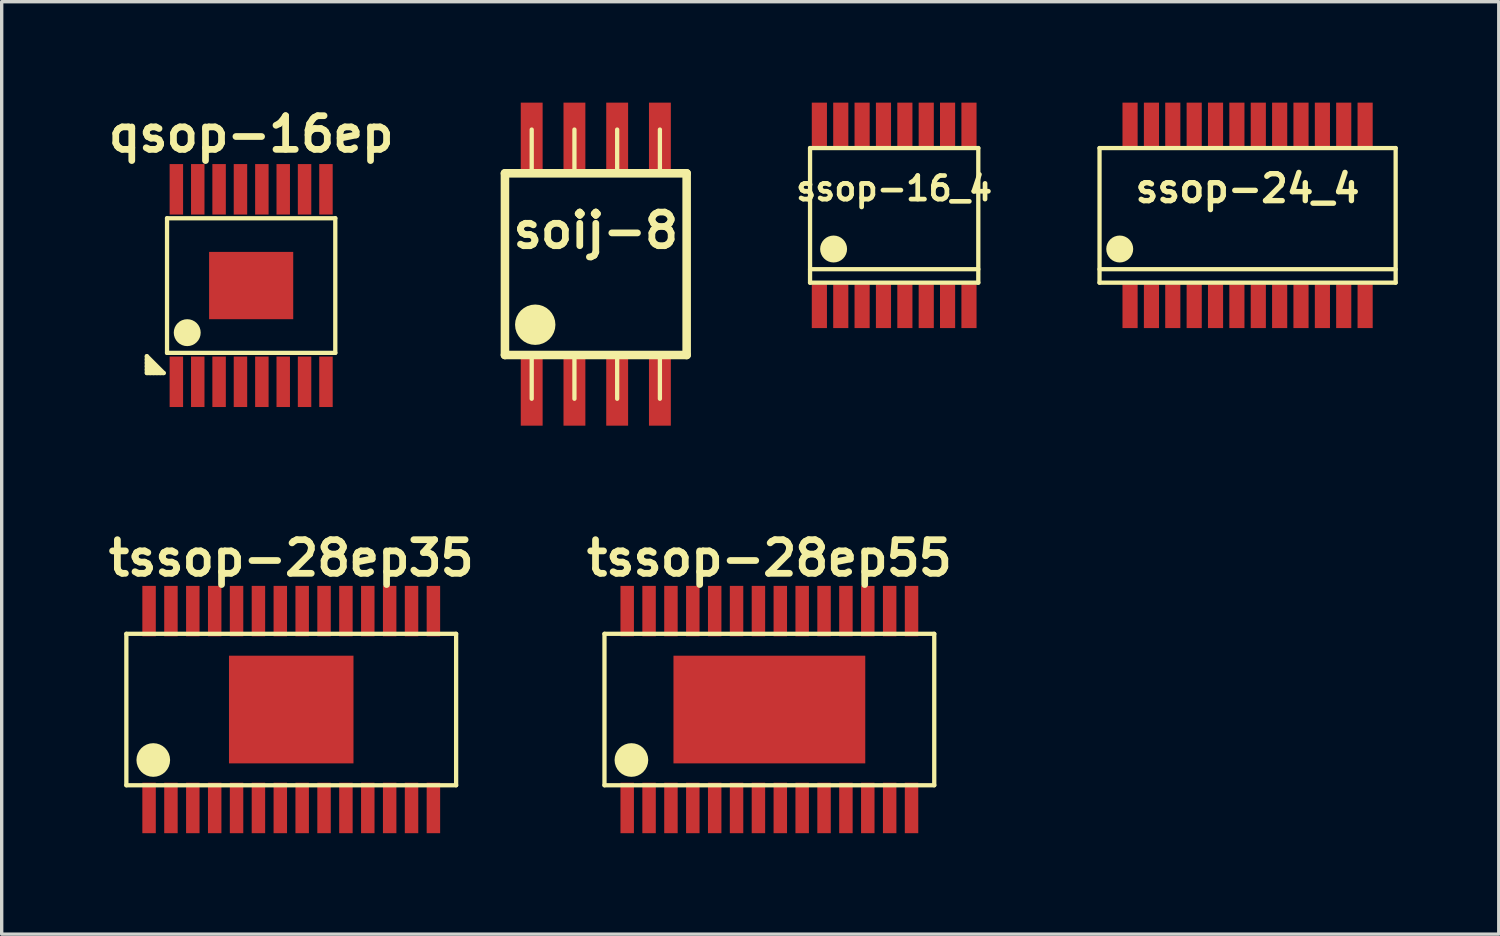
<source format=kicad_pcb>
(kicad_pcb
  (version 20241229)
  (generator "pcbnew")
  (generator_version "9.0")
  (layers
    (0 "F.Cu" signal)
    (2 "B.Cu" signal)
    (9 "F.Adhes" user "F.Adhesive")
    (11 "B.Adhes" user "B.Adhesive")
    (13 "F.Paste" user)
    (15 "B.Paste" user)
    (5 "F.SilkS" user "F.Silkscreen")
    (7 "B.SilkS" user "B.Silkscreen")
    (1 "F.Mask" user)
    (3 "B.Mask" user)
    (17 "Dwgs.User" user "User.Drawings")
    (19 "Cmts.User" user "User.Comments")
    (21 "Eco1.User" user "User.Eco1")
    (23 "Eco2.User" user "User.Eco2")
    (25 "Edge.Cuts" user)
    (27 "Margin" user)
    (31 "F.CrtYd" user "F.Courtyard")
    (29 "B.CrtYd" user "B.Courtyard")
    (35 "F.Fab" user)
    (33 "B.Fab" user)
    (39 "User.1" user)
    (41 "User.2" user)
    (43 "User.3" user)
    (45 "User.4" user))
  (footprint "qsop-16ep"
    (layer "F.Cu")
    (at 4.414 5.436)
    (property "Reference" "qsop-16ep" (at 0 -4.5 0) (layer "F.SilkS") (effects (font (size 1 1) (thickness 0.2))))
    (attr smd)
    (fp_line (start -3.1 2.1) (end -2.6 2.6) (stroke (width 0.127) (type solid)) (layer "F.SilkS"))
    (fp_line (start -3.1 2.3) (end -2.8 2.6) (stroke (width 0.127) (type solid)) (layer "F.SilkS"))
    (fp_line (start -3.1 2.6) (end -3.1 2.1) (stroke (width 0.127) (type solid)) (layer "F.SilkS"))
    (fp_line (start -3.1 2.6) (end -2.6 2.6) (stroke (width 0.127) (type solid)) (layer "F.SilkS"))
    (fp_line (start -3 2.6) (end -3.1 2.5) (stroke (width 0.127) (type solid)) (layer "F.SilkS"))
    (fp_line (start -2.9 2.6) (end -3.1 2.4) (stroke (width 0.127) (type solid)) (layer "F.SilkS"))
    (fp_line (start -2.7 2.6) (end -3.1 2.2) (stroke (width 0.127) (type solid)) (layer "F.SilkS"))
    (fp_line (start -2.5 -2) (end 2.5 -2) (stroke (width 0.127) (type solid)) (layer "F.SilkS"))
    (fp_line (start -2.5 2) (end -2.5 -2) (stroke (width 0.127) (type solid)) (layer "F.SilkS"))
    (fp_line (start 2.5 -2) (end 2.5 2) (stroke (width 0.127) (type solid)) (layer "F.SilkS"))
    (fp_line (start 2.5 2) (end -2.5 2) (stroke (width 0.127) (type solid)) (layer "F.SilkS"))
    (fp_circle (center -1.9 1.4) (end -1.7 1.4) (stroke (width 0.4) (type solid)) (fill no) (layer "F.SilkS"))
    (pad "" smd rect (at -0.6 -0.5) (size 1.1 0.9) (layers "F.Paste"))
    (pad "" smd rect (at -0.6 0.5) (size 1.1 0.9) (layers "F.Paste"))
    (pad "" smd rect (at 0.6 -0.5) (size 1.1 0.9) (layers "F.Paste"))
    (pad "" smd rect (at 0.6 0.5) (size 1.1 0.9) (layers "F.Paste"))
    (pad "1" smd rect (at -2.223 2.86) (size 0.4 1.5) (layers "F.Cu" "F.Mask" "F.Paste"))
    (pad "2" smd rect (at -1.587 2.86) (size 0.4 1.5) (layers "F.Cu" "F.Mask" "F.Paste"))
    (pad "3" smd rect (at -0.953 2.86) (size 0.4 1.5) (layers "F.Cu" "F.Mask" "F.Paste"))
    (pad "4" smd rect (at -0.318 2.86) (size 0.4 1.5) (layers "F.Cu" "F.Mask" "F.Paste"))
    (pad "5" smd rect (at 0.318 2.86) (size 0.4 1.5) (layers "F.Cu" "F.Mask" "F.Paste"))
    (pad "6" smd rect (at 0.953 2.86) (size 0.4 1.5) (layers "F.Cu" "F.Mask" "F.Paste"))
    (pad "7" smd rect (at 1.587 2.86) (size 0.4 1.5) (layers "F.Cu" "F.Mask" "F.Paste"))
    (pad "8" smd rect (at 2.223 2.86) (size 0.4 1.5) (layers "F.Cu" "F.Mask" "F.Paste"))
    (pad "9" smd rect (at 2.223 -2.86) (size 0.4 1.5) (layers "F.Cu" "F.Mask" "F.Paste"))
    (pad "10" smd rect (at 1.587 -2.86) (size 0.4 1.5) (layers "F.Cu" "F.Mask" "F.Paste"))
    (pad "11" smd rect (at 0.953 -2.86) (size 0.4 1.5) (layers "F.Cu" "F.Mask" "F.Paste"))
    (pad "12" smd rect (at 0.318 -2.86) (size 0.4 1.5) (layers "F.Cu" "F.Mask" "F.Paste"))
    (pad "13" smd rect (at -0.318 -2.86) (size 0.4 1.5) (layers "F.Cu" "F.Mask" "F.Paste"))
    (pad "14" smd rect (at -0.953 -2.86) (size 0.4 1.5) (layers "F.Cu" "F.Mask" "F.Paste"))
    (pad "15" smd rect (at -1.587 -2.86) (size 0.4 1.5) (layers "F.Cu" "F.Mask" "F.Paste"))
    (pad "16" smd rect (at -2.223 -2.86) (size 0.4 1.5) (layers "F.Cu" "F.Mask" "F.Paste"))
    (pad "17" smd rect (at 0 0) (size 2.5 2) (layers "F.Cu" "F.Mask")))
  (footprint "tssop-28ep55"
    (layer "F.Cu")
    (at 19.814 18.036)
    (property "Reference" "tssop-28ep55" (at 0 -4.5 0) (layer "F.SilkS") (effects (font (size 1 1) (thickness 0.2))))
    (attr smd)
    (fp_line (start -4.9 -2.25) (end -4.9 2.25) (stroke (width 0.127) (type solid)) (layer "F.SilkS"))
    (fp_line (start -4.9 2.25) (end 4.9 2.25) (stroke (width 0.127) (type solid)) (layer "F.SilkS"))
    (fp_line (start 4.9 -2.25) (end -4.9 -2.25) (stroke (width 0.127) (type solid)) (layer "F.SilkS"))
    (fp_line (start 4.9 2.25) (end 4.9 -2.25) (stroke (width 0.127) (type solid)) (layer "F.SilkS"))
    (fp_circle (center -4.1 1.5) (end -3.85 1.5) (stroke (width 0.5) (type solid)) (fill no) (layer "F.SilkS"))
    (pad "" smd rect (at -1.9 -0.8) (size 1.7 1.5) (layers "F.Paste"))
    (pad "" smd rect (at -1.9 0.8) (size 1.7 1.5) (layers "F.Paste"))
    (pad "" smd rect (at 0 -0.8) (size 1.8 1.5) (layers "F.Paste"))
    (pad "" smd rect (at 0 0.8) (size 1.8 1.5) (layers "F.Paste"))
    (pad "" smd rect (at 1.9 -0.8) (size 1.7 1.5) (layers "F.Paste"))
    (pad "" smd rect (at 1.9 0.8) (size 1.7 1.5) (layers "F.Paste"))
    (pad "1" smd rect (at -4.225 2.925) (size 0.4 1.5) (layers "F.Cu" "F.Mask" "F.Paste"))
    (pad "2" smd rect (at -3.575 2.925) (size 0.4 1.5) (layers "F.Cu" "F.Mask" "F.Paste"))
    (pad "3" smd rect (at -2.925 2.925) (size 0.4 1.5) (layers "F.Cu" "F.Mask" "F.Paste"))
    (pad "4" smd rect (at -2.275 2.925) (size 0.4 1.5) (layers "F.Cu" "F.Mask" "F.Paste"))
    (pad "5" smd rect (at -1.625 2.925) (size 0.4 1.5) (layers "F.Cu" "F.Mask" "F.Paste"))
    (pad "6" smd rect (at -0.975 2.925) (size 0.4 1.5) (layers "F.Cu" "F.Mask" "F.Paste"))
    (pad "7" smd rect (at -0.325 2.925) (size 0.4 1.5) (layers "F.Cu" "F.Mask" "F.Paste"))
    (pad "8" smd rect (at 0.325 2.925) (size 0.4 1.5) (layers "F.Cu" "F.Mask" "F.Paste"))
    (pad "9" smd rect (at 0.975 2.925) (size 0.4 1.5) (layers "F.Cu" "F.Mask" "F.Paste"))
    (pad "10" smd rect (at 1.625 2.925) (size 0.4 1.5) (layers "F.Cu" "F.Mask" "F.Paste"))
    (pad "11" smd rect (at 2.275 2.925) (size 0.4 1.5) (layers "F.Cu" "F.Mask" "F.Paste"))
    (pad "12" smd rect (at 2.925 2.925) (size 0.4 1.5) (layers "F.Cu" "F.Mask" "F.Paste"))
    (pad "13" smd rect (at 3.575 2.925) (size 0.4 1.5) (layers "F.Cu" "F.Mask" "F.Paste"))
    (pad "14" smd rect (at 4.225 2.925) (size 0.4 1.5) (layers "F.Cu" "F.Mask" "F.Paste"))
    (pad "15" smd rect (at 4.225 -2.925) (size 0.4 1.5) (layers "F.Cu" "F.Mask" "F.Paste"))
    (pad "16" smd rect (at 3.575 -2.925) (size 0.4 1.5) (layers "F.Cu" "F.Mask" "F.Paste"))
    (pad "17" smd rect (at 2.925 -2.925) (size 0.4 1.5) (layers "F.Cu" "F.Mask" "F.Paste"))
    (pad "18" smd rect (at 2.275 -2.925) (size 0.4 1.5) (layers "F.Cu" "F.Mask" "F.Paste"))
    (pad "19" smd rect (at 1.625 -2.925) (size 0.4 1.5) (layers "F.Cu" "F.Mask" "F.Paste"))
    (pad "20" smd rect (at 0.975 -2.925) (size 0.4 1.5) (layers "F.Cu" "F.Mask" "F.Paste"))
    (pad "21" smd rect (at 0.325 -2.925) (size 0.4 1.5) (layers "F.Cu" "F.Mask" "F.Paste"))
    (pad "22" smd rect (at -0.325 -2.925) (size 0.4 1.5) (layers "F.Cu" "F.Mask" "F.Paste"))
    (pad "23" smd rect (at -0.975 -2.925) (size 0.4 1.5) (layers "F.Cu" "F.Mask" "F.Paste"))
    (pad "24" smd rect (at -1.625 -2.925) (size 0.4 1.5) (layers "F.Cu" "F.Mask" "F.Paste"))
    (pad "25" smd rect (at -2.275 -2.925) (size 0.4 1.5) (layers "F.Cu" "F.Mask" "F.Paste"))
    (pad "26" smd rect (at -2.925 -2.925) (size 0.4 1.5) (layers "F.Cu" "F.Mask" "F.Paste"))
    (pad "27" smd rect (at -3.575 -2.925) (size 0.4 1.5) (layers "F.Cu" "F.Mask" "F.Paste"))
    (pad "28" smd rect (at -4.225 -2.925) (size 0.4 1.5) (layers "F.Cu" "F.Mask" "F.Paste"))
    (pad "29" smd rect (at 0 0) (size 5.7 3.2) (layers "F.Cu" "F.Mask")))
  (footprint "ssop-24_4"
    (layer "F.Cu")
    (at 34.026 3.35)
    (property "Reference" "ssop-24_4" (at 0 -0.8 0) (layer "F.SilkS") (effects (font (size 0.8 0.8) (thickness 0.16))))
    (attr smd)
    (fp_line (start -4.4 -2) (end 4.4 -2) (stroke (width 0.127) (type solid)) (layer "F.SilkS"))
    (fp_line (start -4.4 1.6) (end 4.4 1.6) (stroke (width 0.127) (type solid)) (layer "F.SilkS"))
    (fp_line (start -4.4 2) (end -4.4 -2) (stroke (width 0.127) (type solid)) (layer "F.SilkS"))
    (fp_line (start 4.4 -2) (end 4.4 2) (stroke (width 0.127) (type solid)) (layer "F.SilkS"))
    (fp_line (start 4.4 2) (end -4.4 2) (stroke (width 0.127) (type solid)) (layer "F.SilkS"))
    (fp_circle (center -3.8 1) (end -3.6 1) (stroke (width 0.4) (type solid)) (fill no) (layer "F.SilkS"))
    (pad "1" smd rect (at -3.493 2.7) (size 0.45 1.3) (layers "F.Cu" "F.Mask" "F.Paste"))
    (pad "2" smd rect (at -2.857 2.7) (size 0.45 1.3) (layers "F.Cu" "F.Mask" "F.Paste"))
    (pad "3" smd rect (at -2.223 2.7) (size 0.45 1.3) (layers "F.Cu" "F.Mask" "F.Paste"))
    (pad "4" smd rect (at -1.587 2.7) (size 0.45 1.3) (layers "F.Cu" "F.Mask" "F.Paste"))
    (pad "5" smd rect (at -0.953 2.7) (size 0.45 1.3) (layers "F.Cu" "F.Mask" "F.Paste"))
    (pad "6" smd rect (at -0.318 2.7) (size 0.45 1.3) (layers "F.Cu" "F.Mask" "F.Paste"))
    (pad "7" smd rect (at 0.318 2.7) (size 0.45 1.3) (layers "F.Cu" "F.Mask" "F.Paste"))
    (pad "8" smd rect (at 0.953 2.7) (size 0.45 1.3) (layers "F.Cu" "F.Mask" "F.Paste"))
    (pad "9" smd rect (at 1.587 2.7) (size 0.45 1.3) (layers "F.Cu" "F.Mask" "F.Paste"))
    (pad "10" smd rect (at 2.223 2.7) (size 0.45 1.3) (layers "F.Cu" "F.Mask" "F.Paste"))
    (pad "11" smd rect (at 2.857 2.7) (size 0.45 1.3) (layers "F.Cu" "F.Mask" "F.Paste"))
    (pad "12" smd rect (at 3.493 2.7) (size 0.45 1.3) (layers "F.Cu" "F.Mask" "F.Paste"))
    (pad "13" smd rect (at 3.493 -2.7) (size 0.45 1.3) (layers "F.Cu" "F.Mask" "F.Paste"))
    (pad "14" smd rect (at 2.857 -2.7) (size 0.45 1.3) (layers "F.Cu" "F.Mask" "F.Paste"))
    (pad "15" smd rect (at 2.223 -2.7) (size 0.45 1.3) (layers "F.Cu" "F.Mask" "F.Paste"))
    (pad "16" smd rect (at 1.587 -2.7) (size 0.45 1.3) (layers "F.Cu" "F.Mask" "F.Paste"))
    (pad "17" smd rect (at 0.953 -2.7) (size 0.45 1.3) (layers "F.Cu" "F.Mask" "F.Paste"))
    (pad "18" smd rect (at 0.318 -2.7) (size 0.45 1.3) (layers "F.Cu" "F.Mask" "F.Paste"))
    (pad "19" smd rect (at -0.318 -2.7) (size 0.45 1.3) (layers "F.Cu" "F.Mask" "F.Paste"))
    (pad "20" smd rect (at -0.953 -2.7) (size 0.45 1.3) (layers "F.Cu" "F.Mask" "F.Paste"))
    (pad "21" smd rect (at -1.587 -2.7) (size 0.45 1.3) (layers "F.Cu" "F.Mask" "F.Paste"))
    (pad "22" smd rect (at -2.223 -2.7) (size 0.45 1.3) (layers "F.Cu" "F.Mask" "F.Paste"))
    (pad "23" smd rect (at -2.857 -2.7) (size 0.45 1.3) (layers "F.Cu" "F.Mask" "F.Paste"))
    (pad "24" smd rect (at -3.493 -2.7) (size 0.45 1.3) (layers "F.Cu" "F.Mask" "F.Paste")))
  (footprint "ssop-16_4"
    (layer "F.Cu")
    (at 23.523 3.35)
    (property "Reference" "ssop-16_4" (at 0 -0.8 0) (layer "F.SilkS") (effects (font (size 0.7 0.7) (thickness 0.14))))
    (attr smd)
    (fp_line (start -2.5 -2) (end 2.5 -2) (stroke (width 0.127) (type solid)) (layer "F.SilkS"))
    (fp_line (start -2.5 1.6) (end 2.5 1.6) (stroke (width 0.127) (type solid)) (layer "F.SilkS"))
    (fp_line (start -2.5 2) (end -2.5 -2) (stroke (width 0.127) (type solid)) (layer "F.SilkS"))
    (fp_line (start 2.5 -2) (end 2.5 2) (stroke (width 0.127) (type solid)) (layer "F.SilkS"))
    (fp_line (start 2.5 2) (end -2.5 2) (stroke (width 0.127) (type solid)) (layer "F.SilkS"))
    (fp_circle (center -1.8 1) (end -1.6 1) (stroke (width 0.4) (type solid)) (fill no) (layer "F.SilkS"))
    (pad "1" smd rect (at -2.223 2.7) (size 0.45 1.3) (layers "F.Cu" "F.Mask" "F.Paste"))
    (pad "2" smd rect (at -1.587 2.7) (size 0.45 1.3) (layers "F.Cu" "F.Mask" "F.Paste"))
    (pad "3" smd rect (at -0.953 2.7) (size 0.45 1.3) (layers "F.Cu" "F.Mask" "F.Paste"))
    (pad "4" smd rect (at -0.318 2.7) (size 0.45 1.3) (layers "F.Cu" "F.Mask" "F.Paste"))
    (pad "5" smd rect (at 0.318 2.7) (size 0.45 1.3) (layers "F.Cu" "F.Mask" "F.Paste"))
    (pad "6" smd rect (at 0.953 2.7) (size 0.45 1.3) (layers "F.Cu" "F.Mask" "F.Paste"))
    (pad "7" smd rect (at 1.587 2.7) (size 0.45 1.3) (layers "F.Cu" "F.Mask" "F.Paste"))
    (pad "8" smd rect (at 2.223 2.7) (size 0.45 1.3) (layers "F.Cu" "F.Mask" "F.Paste"))
    (pad "9" smd rect (at 2.223 -2.7) (size 0.45 1.3) (layers "F.Cu" "F.Mask" "F.Paste"))
    (pad "10" smd rect (at 1.587 -2.7) (size 0.45 1.3) (layers "F.Cu" "F.Mask" "F.Paste"))
    (pad "11" smd rect (at 0.953 -2.7) (size 0.45 1.3) (layers "F.Cu" "F.Mask" "F.Paste"))
    (pad "12" smd rect (at 0.318 -2.7) (size 0.45 1.3) (layers "F.Cu" "F.Mask" "F.Paste"))
    (pad "13" smd rect (at -0.318 -2.7) (size 0.45 1.3) (layers "F.Cu" "F.Mask" "F.Paste"))
    (pad "14" smd rect (at -0.953 -2.7) (size 0.45 1.3) (layers "F.Cu" "F.Mask" "F.Paste"))
    (pad "15" smd rect (at -1.587 -2.7) (size 0.45 1.3) (layers "F.Cu" "F.Mask" "F.Paste"))
    (pad "16" smd rect (at -2.223 -2.7) (size 0.45 1.3) (layers "F.Cu" "F.Mask" "F.Paste")))
  (footprint "tssop-28ep35"
    (layer "F.Cu")
    (at 5.605 18.036)
    (property "Reference" "tssop-28ep35" (at 0 -4.5 0) (layer "F.SilkS") (effects (font (size 1 1) (thickness 0.2))))
    (attr smd)
    (fp_line (start -4.9 -2.25) (end -4.9 2.25) (stroke (width 0.127) (type solid)) (layer "F.SilkS"))
    (fp_line (start -4.9 2.25) (end 4.9 2.25) (stroke (width 0.127) (type solid)) (layer "F.SilkS"))
    (fp_line (start 4.9 -2.25) (end -4.9 -2.25) (stroke (width 0.127) (type solid)) (layer "F.SilkS"))
    (fp_line (start 4.9 2.25) (end 4.9 -2.25) (stroke (width 0.127) (type solid)) (layer "F.SilkS"))
    (fp_circle (center -4.1 1.5) (end -3.85 1.5) (stroke (width 0.5) (type solid)) (fill no) (layer "F.SilkS"))
    (pad "" smd rect (at -0.9 -0.8) (size 1.7 1.5) (layers "F.Paste"))
    (pad "" smd rect (at -0.9 0.8) (size 1.7 1.5) (layers "F.Paste"))
    (pad "" smd rect (at 0.9 -0.8) (size 1.7 1.5) (layers "F.Paste"))
    (pad "" smd rect (at 0.9 0.8) (size 1.7 1.5) (layers "F.Paste"))
    (pad "1" smd rect (at -4.225 2.925) (size 0.4 1.5) (layers "F.Cu" "F.Mask" "F.Paste"))
    (pad "2" smd rect (at -3.575 2.925) (size 0.4 1.5) (layers "F.Cu" "F.Mask" "F.Paste"))
    (pad "3" smd rect (at -2.925 2.925) (size 0.4 1.5) (layers "F.Cu" "F.Mask" "F.Paste"))
    (pad "4" smd rect (at -2.275 2.925) (size 0.4 1.5) (layers "F.Cu" "F.Mask" "F.Paste"))
    (pad "5" smd rect (at -1.625 2.925) (size 0.4 1.5) (layers "F.Cu" "F.Mask" "F.Paste"))
    (pad "6" smd rect (at -0.975 2.925) (size 0.4 1.5) (layers "F.Cu" "F.Mask" "F.Paste"))
    (pad "7" smd rect (at -0.325 2.925) (size 0.4 1.5) (layers "F.Cu" "F.Mask" "F.Paste"))
    (pad "8" smd rect (at 0.325 2.925) (size 0.4 1.5) (layers "F.Cu" "F.Mask" "F.Paste"))
    (pad "9" smd rect (at 0.975 2.925) (size 0.4 1.5) (layers "F.Cu" "F.Mask" "F.Paste"))
    (pad "10" smd rect (at 1.625 2.925) (size 0.4 1.5) (layers "F.Cu" "F.Mask" "F.Paste"))
    (pad "11" smd rect (at 2.275 2.925) (size 0.4 1.5) (layers "F.Cu" "F.Mask" "F.Paste"))
    (pad "12" smd rect (at 2.925 2.925) (size 0.4 1.5) (layers "F.Cu" "F.Mask" "F.Paste"))
    (pad "13" smd rect (at 3.575 2.925) (size 0.4 1.5) (layers "F.Cu" "F.Mask" "F.Paste"))
    (pad "14" smd rect (at 4.225 2.925) (size 0.4 1.5) (layers "F.Cu" "F.Mask" "F.Paste"))
    (pad "15" smd rect (at 4.225 -2.925) (size 0.4 1.5) (layers "F.Cu" "F.Mask" "F.Paste"))
    (pad "16" smd rect (at 3.575 -2.925) (size 0.4 1.5) (layers "F.Cu" "F.Mask" "F.Paste"))
    (pad "17" smd rect (at 2.925 -2.925) (size 0.4 1.5) (layers "F.Cu" "F.Mask" "F.Paste"))
    (pad "18" smd rect (at 2.275 -2.925) (size 0.4 1.5) (layers "F.Cu" "F.Mask" "F.Paste"))
    (pad "19" smd rect (at 1.625 -2.925) (size 0.4 1.5) (layers "F.Cu" "F.Mask" "F.Paste"))
    (pad "20" smd rect (at 0.975 -2.925) (size 0.4 1.5) (layers "F.Cu" "F.Mask" "F.Paste"))
    (pad "21" smd rect (at 0.325 -2.925) (size 0.4 1.5) (layers "F.Cu" "F.Mask" "F.Paste"))
    (pad "22" smd rect (at -0.325 -2.925) (size 0.4 1.5) (layers "F.Cu" "F.Mask" "F.Paste"))
    (pad "23" smd rect (at -0.975 -2.925) (size 0.4 1.5) (layers "F.Cu" "F.Mask" "F.Paste"))
    (pad "24" smd rect (at -1.625 -2.925) (size 0.4 1.5) (layers "F.Cu" "F.Mask" "F.Paste"))
    (pad "25" smd rect (at -2.275 -2.925) (size 0.4 1.5) (layers "F.Cu" "F.Mask" "F.Paste"))
    (pad "26" smd rect (at -2.925 -2.925) (size 0.4 1.5) (layers "F.Cu" "F.Mask" "F.Paste"))
    (pad "27" smd rect (at -3.575 -2.925) (size 0.4 1.5) (layers "F.Cu" "F.Mask" "F.Paste"))
    (pad "28" smd rect (at -4.225 -2.925) (size 0.4 1.5) (layers "F.Cu" "F.Mask" "F.Paste"))
    (pad "29" smd rect (at 0 0) (size 3.7 3.2) (layers "F.Cu" "F.Mask")))
  (footprint "soij-8"
    (layer "F.Cu")
    (at 14.656 4.8)
    (property "Reference" "soij-8" (at 0 -1 0) (layer "F.SilkS") (effects (font (size 1 1) (thickness 0.2))))
    (attr smd)
    (fp_line (start -2.7 -2.7) (end 2.7 -2.7) (stroke (width 0.254) (type solid)) (layer "F.SilkS"))
    (fp_line (start -2.7 2.7) (end -2.7 -2.7) (stroke (width 0.254) (type solid)) (layer "F.SilkS"))
    (fp_line (start -1.905 -2.7) (end -1.905 -4) (stroke (width 0.127) (type solid)) (layer "F.SilkS"))
    (fp_line (start -1.905 4) (end -1.905 2.7) (stroke (width 0.127) (type solid)) (layer "F.SilkS"))
    (fp_line (start -0.635 -2.7) (end -0.635 -4) (stroke (width 0.127) (type solid)) (layer "F.SilkS"))
    (fp_line (start -0.635 4) (end -0.635 2.7) (stroke (width 0.127) (type solid)) (layer "F.SilkS"))
    (fp_line (start 0.635 -2.7) (end 0.635 -4) (stroke (width 0.127) (type solid)) (layer "F.SilkS"))
    (fp_line (start 0.635 4) (end 0.635 2.7) (stroke (width 0.127) (type solid)) (layer "F.SilkS"))
    (fp_line (start 1.905 -4) (end 1.905 -2.7) (stroke (width 0.127) (type solid)) (layer "F.SilkS"))
    (fp_line (start 1.905 2.7) (end 1.905 4) (stroke (width 0.127) (type solid)) (layer "F.SilkS"))
    (fp_line (start 2.7 -2.7) (end 2.7 2.7) (stroke (width 0.254) (type solid)) (layer "F.SilkS"))
    (fp_line (start 2.7 2.7) (end -2.7 2.7) (stroke (width 0.254) (type solid)) (layer "F.SilkS"))
    (fp_circle (center -1.8 1.8) (end -1.5 1.8) (stroke (width 0.6) (type solid)) (fill no) (layer "F.SilkS"))
    (pad "1" smd rect (at -1.905 3.8) (size 0.65 2) (layers "F.Cu" "F.Mask" "F.Paste"))
    (pad "2" smd rect (at -0.635 3.8) (size 0.65 2) (layers "F.Cu" "F.Mask" "F.Paste"))
    (pad "3" smd rect (at 0.635 3.8) (size 0.65 2) (layers "F.Cu" "F.Mask" "F.Paste"))
    (pad "4" smd rect (at 1.905 3.8) (size 0.65 2) (layers "F.Cu" "F.Mask" "F.Paste"))
    (pad "5" smd rect (at 1.905 -3.8) (size 0.65 2) (layers "F.Cu" "F.Mask" "F.Paste"))
    (pad "6" smd rect (at 0.635 -3.8) (size 0.65 2) (layers "F.Cu" "F.Mask" "F.Paste"))
    (pad "7" smd rect (at -0.635 -3.8) (size 0.65 2) (layers "F.Cu" "F.Mask" "F.Paste"))
    (pad "8" smd rect (at -1.905 -3.8) (size 0.65 2) (layers "F.Cu" "F.Mask" "F.Paste")))
  (gr_rect
    (start -3 -3)
    (end 41.49 24.711)
    (stroke (width 0.1) (type default))
    (fill no)
    (layer "Edge.Cuts")))
</source>
